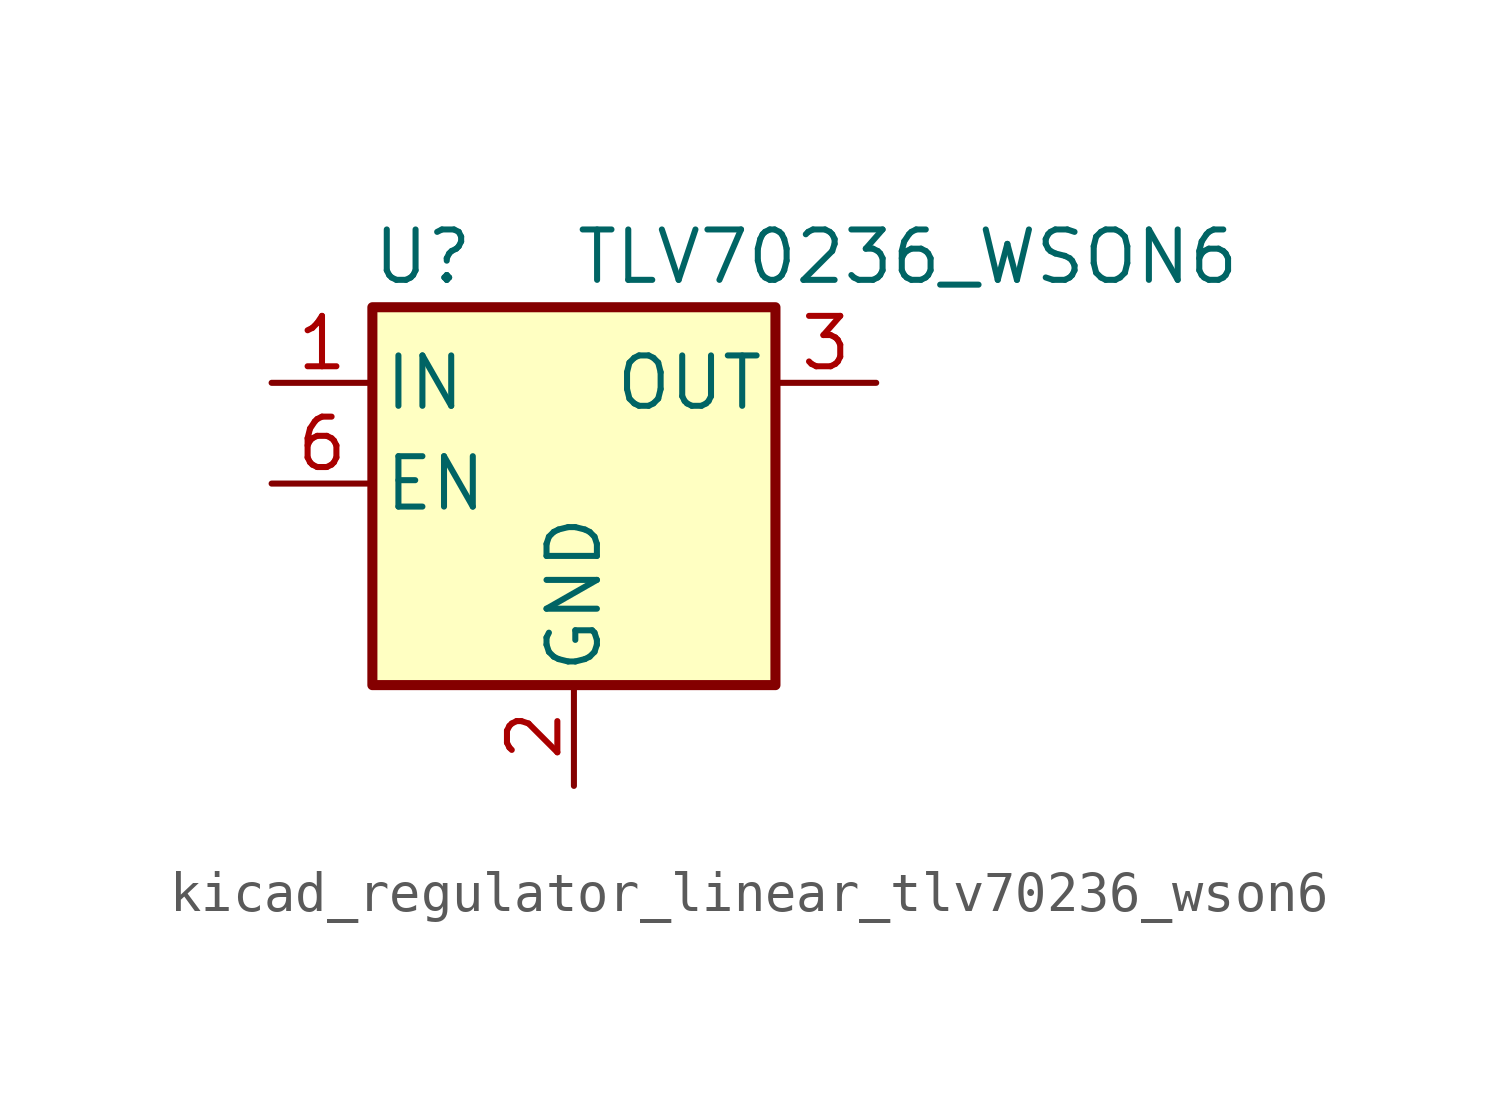
<source format=kicad_sym>
(kicad_symbol_lib
  (version 20220914)
  (generator kicad_symbol_editor)
  (symbol "kicad_regulator_linear_tlv70236_wson6"
    (pin_names
      (offset 0.254))
    (property "Reference" "U"
      (at -3.81 5.715 0)
      (effects (font (size 1.27 1.27))))
    (property "Value" "TLV70236_WSON6"
      (at 0 5.715 0)
      (effects (font (size 1.27 1.27)) (justify left)))
    (symbol "kicad_regulator_linear_tlv70236_wson6_0_1"
      (rectangle (start -5.08 4.445) (end 5.08 -5.08) (stroke (width 0.254) (type default)) (fill (type background))))
    (symbol "kicad_regulator_linear_tlv70236_wson6_1_1"
      (pin power_in line (at -7.62 2.54 0) (length 2.54) (name "IN" (effects (font (size 1.27 1.27)))) (number "1" (effects (font (size 1.27 1.27)))))
      (pin power_in line (at 0 -7.62 90) (length 2.54) (name "GND" (effects (font (size 1.27 1.27)))) (number "2" (effects (font (size 1.27 1.27)))))
      (pin power_out line (at 7.62 2.54 180) (length 2.54) (name "OUT" (effects (font (size 1.27 1.27)))) (number "3" (effects (font (size 1.27 1.27)))))
      (pin no_connect line (at 7.62 0 180) (length 2.54) hide (name "NC" (effects (font (size 1.27 1.27)))) (number "4" (effects (font (size 1.27 1.27)))))
      (pin no_connect line (at -2.54 -5.08 90) (length 2.54) hide (name "NC" (effects (font (size 1.27 1.27)))) (number "5" (effects (font (size 1.27 1.27)))))
      (pin input line (at -7.62 0 0) (length 2.54) (name "EN" (effects (font (size 1.27 1.27)))) (number "6" (effects (font (size 1.27 1.27))))))))
</source>
